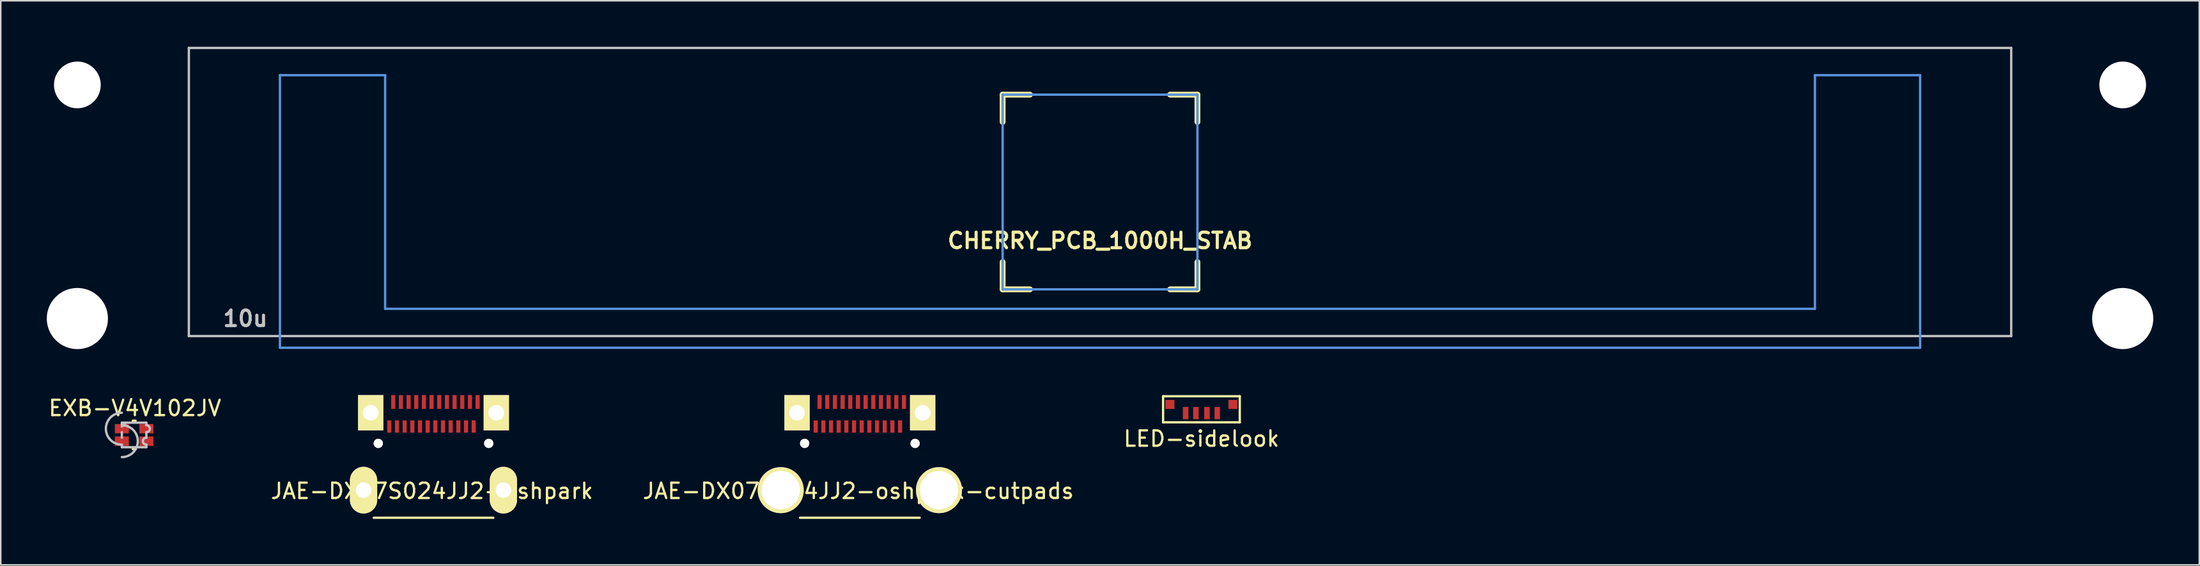
<source format=kicad_pcb>
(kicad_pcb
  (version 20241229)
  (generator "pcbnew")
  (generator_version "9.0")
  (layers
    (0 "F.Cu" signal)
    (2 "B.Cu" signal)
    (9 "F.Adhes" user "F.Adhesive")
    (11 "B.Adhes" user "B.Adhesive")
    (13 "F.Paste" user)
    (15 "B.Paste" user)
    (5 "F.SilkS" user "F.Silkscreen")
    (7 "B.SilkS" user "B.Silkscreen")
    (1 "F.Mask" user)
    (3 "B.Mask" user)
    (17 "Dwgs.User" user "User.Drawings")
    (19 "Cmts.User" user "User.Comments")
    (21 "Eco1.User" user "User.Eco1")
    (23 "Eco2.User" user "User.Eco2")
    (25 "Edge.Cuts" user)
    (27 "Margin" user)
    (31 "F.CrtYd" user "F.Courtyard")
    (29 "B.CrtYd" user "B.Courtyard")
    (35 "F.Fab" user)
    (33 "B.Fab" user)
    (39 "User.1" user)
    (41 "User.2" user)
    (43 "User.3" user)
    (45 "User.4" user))
  (footprint "JAE-DX07S024JJ2-oshpark-cutpads"
    (layer "F.Cu")
    (at 49.411 25.873)
    (property "Reference" "JAE-DX07S024JJ2-oshpark-cutpads" (at 3.5 3.106 0) (layer "F.SilkS") (effects (font (size 1 1) (thickness 0.15))))
    (attr through_hole)
    (fp_line (start -0.3 4.85) (end 7.5 4.85) (stroke (width 0.15) (type solid)) (layer "F.SilkS"))
    (pad "" np_thru_hole circle (at 0 0) (size 0.6 0.6) (drill 0.6) (layers "*.Cu" "*.Mask" "F.SilkS"))
    (pad "" np_thru_hole oval (at 7.2 0) (size 0.6 0.6) (drill 0.6) (layers "*.Cu" "*.Mask" "F.SilkS"))
    (pad "0" thru_hole circle (at -1.56 3.05) (size 3 3) (drill 2.5) (layers "*.Cu" "*.Mask" "F.SilkS"))
    (pad "0" thru_hole rect (at -0.495 -2) (size 1.65 2.3) (drill 1.016) (layers "*.Cu" "*.Mask" "F.SilkS"))
    (pad "0" thru_hole rect (at 7.695 -2) (size 1.65 2.3) (drill 1.016) (layers "*.Cu" "*.Mask" "F.SilkS"))
    (pad "0" thru_hole circle (at 8.758 3.05) (size 3 3) (drill 2.5) (layers "*.Cu" "*.Mask" "F.SilkS"))
    (pad "A1" smd rect (at 0.975 -2.7) (size 0.27 0.9) (layers "F.Cu" "F.Mask" "F.Paste"))
    (pad "A2" smd rect (at 1.475 -2.7) (size 0.27 0.9) (layers "F.Cu" "F.Mask" "F.Paste"))
    (pad "A3" smd rect (at 1.975 -2.7) (size 0.27 0.9) (layers "F.Cu" "F.Mask" "F.Paste"))
    (pad "A4" smd rect (at 2.475 -2.7) (size 0.27 0.9) (layers "F.Cu" "F.Mask" "F.Paste"))
    (pad "A5" smd rect (at 2.975 -2.7) (size 0.27 0.9) (layers "F.Cu" "F.Mask" "F.Paste"))
    (pad "A6" smd rect (at 3.475 -2.7) (size 0.27 0.9) (layers "F.Cu" "F.Mask" "F.Paste"))
    (pad "A7" smd rect (at 3.975 -2.7) (size 0.27 0.9) (layers "F.Cu" "F.Mask" "F.Paste"))
    (pad "A8" smd rect (at 4.475 -2.7) (size 0.27 0.9) (layers "F.Cu" "F.Mask" "F.Paste"))
    (pad "A9" smd rect (at 4.975 -2.7) (size 0.27 0.9) (layers "F.Cu" "F.Mask" "F.Paste"))
    (pad "A10" smd rect (at 5.475 -2.7) (size 0.27 0.9) (layers "F.Cu" "F.Mask" "F.Paste"))
    (pad "A11" smd rect (at 5.975 -2.7) (size 0.27 0.9) (layers "F.Cu" "F.Mask" "F.Paste"))
    (pad "A12" smd rect (at 6.475 -2.7) (size 0.27 0.9) (layers "F.Cu" "F.Mask" "F.Paste"))
    (pad "B1" smd rect (at 6.22 -1.1) (size 0.27 0.8) (layers "F.Cu" "F.Mask" "F.Paste"))
    (pad "B2" smd rect (at 5.72 -1.1) (size 0.27 0.8) (layers "F.Cu" "F.Mask" "F.Paste"))
    (pad "B3" smd rect (at 5.22 -1.1) (size 0.27 0.8) (layers "F.Cu" "F.Mask" "F.Paste"))
    (pad "B4" smd rect (at 4.72 -1.1) (size 0.27 0.8) (layers "F.Cu" "F.Mask" "F.Paste"))
    (pad "B5" smd rect (at 4.22 -1.1) (size 0.27 0.8) (layers "F.Cu" "F.Mask" "F.Paste"))
    (pad "B6" smd rect (at 3.72 -1.1) (size 0.27 0.8) (layers "F.Cu" "F.Mask" "F.Paste"))
    (pad "B7" smd rect (at 3.22 -1.1) (size 0.27 0.8) (layers "F.Cu" "F.Mask" "F.Paste"))
    (pad "B8" smd rect (at 2.72 -1.1) (size 0.27 0.8) (layers "F.Cu" "F.Mask" "F.Paste"))
    (pad "B9" smd rect (at 2.22 -1.1) (size 0.27 0.8) (layers "F.Cu" "F.Mask" "F.Paste"))
    (pad "B10" smd rect (at 1.72 -1.1) (size 0.27 0.8) (layers "F.Cu" "F.Mask" "F.Paste"))
    (pad "B11" smd rect (at 1.22 -1.1) (size 0.27 0.8) (layers "F.Cu" "F.Mask" "F.Paste"))
    (pad "B12" smd rect (at 0.72 -1.1) (size 0.27 0.8) (layers "F.Cu" "F.Mask" "F.Paste")))
  (footprint "LED-sidelook"
    (layer "F.Cu")
    (at 75.28 24.298)
    (property "Reference" "LED-sidelook" (at 0 1.27 0) (layer "F.SilkS") (effects (font (size 1 1) (thickness 0.15))))
    (attr through_hole)
    (fp_line (start -2.5 -1.5) (end 2.5 -1.5) (stroke (width 0.15) (type solid)) (layer "F.SilkS"))
    (fp_line (start -2.5 0.2) (end -2.5 -1.5) (stroke (width 0.15) (type solid)) (layer "F.SilkS"))
    (fp_line (start 2.5 -1.5) (end 2.5 0.2) (stroke (width 0.15) (type solid)) (layer "F.SilkS"))
    (fp_line (start 2.5 0.2) (end -2.5 0.2) (stroke (width 0.15) (type solid)) (layer "F.SilkS"))
    (pad "1" smd rect (at -1.03 -0.4) (size 0.36 0.8) (layers "F.Cu" "F.Mask" "F.Paste"))
    (pad "1" smd rect (at 0.36 -0.4) (size 0.36 0.8) (layers "F.Cu" "F.Mask" "F.Paste"))
    (pad "1" smd rect (at 2.055 -0.965) (size 0.59 0.59) (layers "F.Cu" "F.Mask" "F.Paste"))
    (pad "2" smd rect (at -0.36 -0.4) (size 0.36 0.8) (layers "F.Cu" "F.Mask" "F.Paste"))
    (pad "3" smd rect (at -2.055 -0.965) (size 0.59 0.59) (layers "F.Cu" "F.Mask" "F.Paste"))
    (pad "4" smd rect (at 1.03 -0.4) (size 0.36 0.8) (layers "F.Cu" "F.Mask" "F.Paste")))
  (footprint "JAE-DX07S024JJ2-oshpark"
    (layer "F.Cu")
    (at 21.613 25.873)
    (property "Reference" "JAE-DX07S024JJ2-oshpark" (at 3.5 3.106 0) (layer "F.SilkS") (effects (font (size 1 1) (thickness 0.15))))
    (attr through_hole)
    (fp_line (start -0.3 4.85) (end 7.5 4.85) (stroke (width 0.15) (type solid)) (layer "F.SilkS"))
    (pad "" thru_hole oval (at -0.96 3.05) (size 1.778 3.048) (drill 1.016) (layers "*.Cu" "*.Mask" "F.SilkS"))
    (pad "" thru_hole rect (at -0.495 -2) (size 1.65 2.3) (drill 1.016) (layers "*.Cu" "*.Mask" "F.SilkS"))
    (pad "" np_thru_hole circle (at 0 0) (size 0.6 0.6) (drill 0.6) (layers "*.Cu" "*.Mask" "F.SilkS"))
    (pad "" np_thru_hole oval (at 7.2 0) (size 0.6 0.6) (drill 0.6) (layers "*.Cu" "*.Mask" "F.SilkS"))
    (pad "" thru_hole rect (at 7.695 -2) (size 1.65 2.3) (drill 1.016) (layers "*.Cu" "*.Mask" "F.SilkS"))
    (pad "" thru_hole oval (at 8.158 3.05) (size 1.778 3.048) (drill 1.016) (layers "*.Cu" "*.Mask" "F.SilkS"))
    (pad "A1" smd rect (at 0.975 -2.7) (size 0.27 0.9) (layers "F.Cu" "F.Mask" "F.Paste"))
    (pad "A2" smd rect (at 1.475 -2.7) (size 0.27 0.9) (layers "F.Cu" "F.Mask" "F.Paste"))
    (pad "A3" smd rect (at 1.975 -2.7) (size 0.27 0.9) (layers "F.Cu" "F.Mask" "F.Paste"))
    (pad "A4" smd rect (at 2.475 -2.7) (size 0.27 0.9) (layers "F.Cu" "F.Mask" "F.Paste"))
    (pad "A5" smd rect (at 2.975 -2.7) (size 0.27 0.9) (layers "F.Cu" "F.Mask" "F.Paste"))
    (pad "A6" smd rect (at 3.475 -2.7) (size 0.27 0.9) (layers "F.Cu" "F.Mask" "F.Paste"))
    (pad "A7" smd rect (at 3.975 -2.7) (size 0.27 0.9) (layers "F.Cu" "F.Mask" "F.Paste"))
    (pad "A8" smd rect (at 4.475 -2.7) (size 0.27 0.9) (layers "F.Cu" "F.Mask" "F.Paste"))
    (pad "A9" smd rect (at 4.975 -2.7) (size 0.27 0.9) (layers "F.Cu" "F.Mask" "F.Paste"))
    (pad "A10" smd rect (at 5.475 -2.7) (size 0.27 0.9) (layers "F.Cu" "F.Mask" "F.Paste"))
    (pad "A11" smd rect (at 5.975 -2.7) (size 0.27 0.9) (layers "F.Cu" "F.Mask" "F.Paste"))
    (pad "A12" smd rect (at 6.475 -2.7) (size 0.27 0.9) (layers "F.Cu" "F.Mask" "F.Paste"))
    (pad "B1" smd rect (at 6.22 -1.1) (size 0.27 0.8) (layers "F.Cu" "F.Mask" "F.Paste"))
    (pad "B2" smd rect (at 5.72 -1.1) (size 0.27 0.8) (layers "F.Cu" "F.Mask" "F.Paste"))
    (pad "B3" smd rect (at 5.22 -1.1) (size 0.27 0.8) (layers "F.Cu" "F.Mask" "F.Paste"))
    (pad "B4" smd rect (at 4.72 -1.1) (size 0.27 0.8) (layers "F.Cu" "F.Mask" "F.Paste"))
    (pad "B5" smd rect (at 4.22 -1.1) (size 0.27 0.8) (layers "F.Cu" "F.Mask" "F.Paste"))
    (pad "B6" smd rect (at 3.72 -1.1) (size 0.27 0.8) (layers "F.Cu" "F.Mask" "F.Paste"))
    (pad "B7" smd rect (at 3.22 -1.1) (size 0.27 0.8) (layers "F.Cu" "F.Mask" "F.Paste"))
    (pad "B8" smd rect (at 2.72 -1.1) (size 0.27 0.8) (layers "F.Cu" "F.Mask" "F.Paste"))
    (pad "B9" smd rect (at 2.22 -1.1) (size 0.27 0.8) (layers "F.Cu" "F.Mask" "F.Paste"))
    (pad "B10" smd rect (at 1.72 -1.1) (size 0.27 0.8) (layers "F.Cu" "F.Mask" "F.Paste"))
    (pad "B11" smd rect (at 1.22 -1.1) (size 0.27 0.8) (layers "F.Cu" "F.Mask" "F.Paste"))
    (pad "B12" smd rect (at 0.72 -1.1) (size 0.27 0.8) (layers "F.Cu" "F.Mask" "F.Paste")))
  (footprint "CHERRY_PCB_1000H_STAB"
    (layer "F.Cu")
    (at 68.669 9.474)
    (property "Reference" "CHERRY_PCB_1000H_STAB" (at 0 3.175 0) (layer "F.SilkS") (effects (font (size 1.016 1.016) (thickness 0.203))))
    (attr through_hole)
    (fp_line (start -6.35 -6.35) (end -4.572 -6.35) (stroke (width 0.381) (type solid)) (layer "F.SilkS"))
    (fp_line (start -6.35 -4.572) (end -6.35 -6.35) (stroke (width 0.381) (type solid)) (layer "F.SilkS"))
    (fp_line (start -6.35 6.35) (end -6.35 4.572) (stroke (width 0.381) (type solid)) (layer "F.SilkS"))
    (fp_line (start -4.572 6.35) (end -6.35 6.35) (stroke (width 0.381) (type solid)) (layer "F.SilkS"))
    (fp_line (start 4.572 -6.35) (end 6.35 -6.35) (stroke (width 0.381) (type solid)) (layer "F.SilkS"))
    (fp_line (start 6.35 -6.35) (end 6.35 -4.572) (stroke (width 0.381) (type solid)) (layer "F.SilkS"))
    (fp_line (start 6.35 4.572) (end 6.35 6.35) (stroke (width 0.381) (type solid)) (layer "F.SilkS"))
    (fp_line (start 6.35 6.35) (end 4.572 6.35) (stroke (width 0.381) (type solid)) (layer "F.SilkS"))
    (fp_line (start -59.406 -9.398) (end 59.406 -9.398) (stroke (width 0.152) (type solid)) (layer "Dwgs.User"))
    (fp_line (start -59.406 9.398) (end -59.406 -9.398) (stroke (width 0.152) (type solid)) (layer "Dwgs.User"))
    (fp_line (start 59.406 -9.398) (end 59.406 9.398) (stroke (width 0.152) (type solid)) (layer "Dwgs.User"))
    (fp_line (start 59.406 9.398) (end -59.406 9.398) (stroke (width 0.152) (type solid)) (layer "Dwgs.User"))
    (fp_line (start -53.467 -7.62) (end -53.467 10.16) (stroke (width 0.152) (type solid)) (layer "Cmts.User"))
    (fp_line (start -53.467 10.16) (end 53.467 10.16) (stroke (width 0.152) (type solid)) (layer "Cmts.User"))
    (fp_line (start -46.609 -7.62) (end -53.467 -7.62) (stroke (width 0.152) (type solid)) (layer "Cmts.User"))
    (fp_line (start -46.609 7.62) (end -46.609 -7.62) (stroke (width 0.152) (type solid)) (layer "Cmts.User"))
    (fp_line (start -6.35 -6.35) (end 6.35 -6.35) (stroke (width 0.152) (type solid)) (layer "Cmts.User"))
    (fp_line (start -6.35 6.35) (end -6.35 -6.35) (stroke (width 0.152) (type solid)) (layer "Cmts.User"))
    (fp_line (start 6.35 -6.35) (end 6.35 6.35) (stroke (width 0.152) (type solid)) (layer "Cmts.User"))
    (fp_line (start 6.35 6.35) (end -6.35 6.35) (stroke (width 0.152) (type solid)) (layer "Cmts.User"))
    (fp_line (start 46.609 -7.62) (end 46.609 7.62) (stroke (width 0.152) (type solid)) (layer "Cmts.User"))
    (fp_line (start 46.609 7.62) (end -46.609 7.62) (stroke (width 0.152) (type solid)) (layer "Cmts.User"))
    (fp_line (start 53.467 -7.62) (end 46.609 -7.62) (stroke (width 0.152) (type solid)) (layer "Cmts.User"))
    (fp_line (start 53.467 10.16) (end 53.467 -7.62) (stroke (width 0.152) (type solid)) (layer "Cmts.User"))
    (fp_line (start -54.229 -2.286) (end -53.365 -2.286) (stroke (width 0.152) (type solid)) (layer "Eco2.User"))
    (fp_line (start -54.229 0.508) (end -54.229 -2.286) (stroke (width 0.152) (type solid)) (layer "Eco2.User"))
    (fp_line (start -53.365 -5.69) (end -46.711 -5.69) (stroke (width 0.152) (type solid)) (layer "Eco2.User"))
    (fp_line (start -53.365 -2.286) (end -53.365 -5.69) (stroke (width 0.152) (type solid)) (layer "Eco2.User"))
    (fp_line (start -53.365 0.508) (end -54.229 0.508) (stroke (width 0.152) (type solid)) (layer "Eco2.User"))
    (fp_line (start -53.365 6.604) (end -53.365 0.508) (stroke (width 0.152) (type solid)) (layer "Eco2.User"))
    (fp_line (start -52.324 6.604) (end -53.365 6.604) (stroke (width 0.152) (type solid)) (layer "Eco2.User"))
    (fp_line (start -52.324 7.772) (end -52.324 6.604) (stroke (width 0.152) (type solid)) (layer "Eco2.User"))
    (fp_line (start -47.752 6.604) (end -47.752 7.772) (stroke (width 0.152) (type solid)) (layer "Eco2.User"))
    (fp_line (start -47.752 7.772) (end -52.324 7.772) (stroke (width 0.152) (type solid)) (layer "Eco2.User"))
    (fp_line (start -46.711 -5.69) (end -46.711 -2.286) (stroke (width 0.152) (type solid)) (layer "Eco2.User"))
    (fp_line (start -46.711 -2.286) (end -6.985 -2.286) (stroke (width 0.152) (type solid)) (layer "Eco2.User"))
    (fp_line (start -46.711 2.286) (end -46.711 6.604) (stroke (width 0.152) (type solid)) (layer "Eco2.User"))
    (fp_line (start -46.711 6.604) (end -47.752 6.604) (stroke (width 0.152) (type solid)) (layer "Eco2.User"))
    (fp_line (start -6.985 -6.985) (end 6.985 -6.985) (stroke (width 0.152) (type solid)) (layer "Eco2.User"))
    (fp_line (start -6.985 -2.286) (end -6.985 -6.985) (stroke (width 0.152) (type solid)) (layer "Eco2.User"))
    (fp_line (start -6.985 2.286) (end -46.711 2.286) (stroke (width 0.152) (type solid)) (layer "Eco2.User"))
    (fp_line (start -6.985 6.985) (end -6.985 2.286) (stroke (width 0.152) (type solid)) (layer "Eco2.User"))
    (fp_line (start 6.985 -6.985) (end 6.985 -2.286) (stroke (width 0.152) (type solid)) (layer "Eco2.User"))
    (fp_line (start 6.985 -2.286) (end 46.711 -2.286) (stroke (width 0.152) (type solid)) (layer "Eco2.User"))
    (fp_line (start 6.985 2.286) (end 6.985 6.985) (stroke (width 0.152) (type solid)) (layer "Eco2.User"))
    (fp_line (start 6.985 6.985) (end -6.985 6.985) (stroke (width 0.152) (type solid)) (layer "Eco2.User"))
    (fp_line (start 46.711 -5.69) (end 53.365 -5.69) (stroke (width 0.152) (type solid)) (layer "Eco2.User"))
    (fp_line (start 46.711 -2.286) (end 46.711 -5.69) (stroke (width 0.152) (type solid)) (layer "Eco2.User"))
    (fp_line (start 46.711 2.286) (end 6.985 2.286) (stroke (width 0.152) (type solid)) (layer "Eco2.User"))
    (fp_line (start 46.711 6.604) (end 46.711 2.286) (stroke (width 0.152) (type solid)) (layer "Eco2.User"))
    (fp_line (start 47.752 6.604) (end 46.711 6.604) (stroke (width 0.152) (type solid)) (layer "Eco2.User"))
    (fp_line (start 47.752 7.772) (end 47.752 6.604) (stroke (width 0.152) (type solid)) (layer "Eco2.User"))
    (fp_line (start 52.324 6.604) (end 52.324 7.772) (stroke (width 0.152) (type solid)) (layer "Eco2.User"))
    (fp_line (start 52.324 7.772) (end 47.752 7.772) (stroke (width 0.152) (type solid)) (layer "Eco2.User"))
    (fp_line (start 53.365 -5.69) (end 53.365 -2.286) (stroke (width 0.152) (type solid)) (layer "Eco2.User"))
    (fp_line (start 53.365 -2.286) (end 54.229 -2.286) (stroke (width 0.152) (type solid)) (layer "Eco2.User"))
    (fp_line (start 53.365 0.508) (end 53.365 6.604) (stroke (width 0.152) (type solid)) (layer "Eco2.User"))
    (fp_line (start 53.365 6.604) (end 52.324 6.604) (stroke (width 0.152) (type solid)) (layer "Eco2.User"))
    (fp_line (start 54.229 -2.286) (end 54.229 0.508) (stroke (width 0.152) (type solid)) (layer "Eco2.User"))
    (fp_line (start 54.229 0.508) (end 53.365 0.508) (stroke (width 0.152) (type solid)) (layer "Eco2.User"))
    (fp_text user "10u" (at -55.723 8.255 0) (layer "Dwgs.User") (effects (font (size 1.016 1.016) (thickness 0.203))))
    (pad "" np_thru_hole circle (at -66.675 -6.985) (size 3.048 3.048) (drill 3.048) (layers "*.Cu"))
    (pad "" np_thru_hole circle (at -66.675 8.255) (size 3.988 3.988) (drill 3.988) (layers "*.Cu"))
    (pad "" np_thru_hole circle (at 66.675 -6.985) (size 3.048 3.048) (drill 3.048) (layers "*.Cu"))
    (pad "" np_thru_hole circle (at 66.675 8.255) (size 3.988 3.988) (drill 3.988) (layers "*.Cu")))
  (footprint "EXB-V4V102JV"
    (layer "F.Cu")
    (at 5.694 25.321)
    (property "Reference" "EXB-V4V102JV" (at 0.05 -1.75 0) (layer "F.SilkS") (effects (font (size 1 1) (thickness 0.15))))
    (attr through_hole)
    (fp_line (start -0.09 -0.927) (end 0.09 -0.927) (stroke (width 0.152) (type solid)) (layer "F.SilkS"))
    (fp_line (start -0.09 0.927) (end 0.09 0.927) (stroke (width 0.152) (type solid)) (layer "F.SilkS"))
    (fp_line (start -0.8 -0.8) (end 0.8 -0.8) (stroke (width 0.152) (type solid)) (layer "Dwgs.User"))
    (fp_line (start -0.8 -0.635) (end -0.8 -0.8) (stroke (width 0.152) (type solid)) (layer "Dwgs.User"))
    (fp_line (start -0.8 -0.178) (end -0.8 0.178) (stroke (width 0.152) (type solid)) (layer "Dwgs.User"))
    (fp_line (start -0.8 0.635) (end -0.8 0.8) (stroke (width 0.152) (type solid)) (layer "Dwgs.User"))
    (fp_line (start -0.8 0.8) (end 0.8 0.8) (stroke (width 0.152) (type solid)) (layer "Dwgs.User"))
    (fp_line (start -0.546 -0.8) (end -0.8 -0.546) (stroke (width 0.152) (type solid)) (layer "Dwgs.User"))
    (fp_line (start 0.8 -0.635) (end 0.8 -0.8) (stroke (width 0.152) (type solid)) (layer "Dwgs.User"))
    (fp_line (start 0.8 -0.178) (end 0.8 0.178) (stroke (width 0.152) (type solid)) (layer "Dwgs.User"))
    (fp_line (start 0.8 0.635) (end 0.8 0.8) (stroke (width 0.152) (type solid)) (layer "Dwgs.User"))
    (fp_arc (start -0.8001 -0.635) (mid 0.2413 0.4064) (end -0.8001 1.4478) (stroke (width 0.1524) (type solid)) (layer "Dwgs.User"))
    (fp_arc (start -0.8001 0.635) (mid -1.8415 -0.4064) (end -0.8001 -1.4478) (stroke (width 0.1524) (type solid)) (layer "Dwgs.User"))
    (fp_arc (start 0.8001 -0.635) (mid 1.0287 -0.4064) (end 0.8001 -0.1778) (stroke (width 0.1524) (type solid)) (layer "Dwgs.User"))
    (fp_arc (start 0.8001 0.635) (mid 0.5715 0.4064) (end 0.8001 0.1778) (stroke (width 0.1524) (type solid)) (layer "Dwgs.User"))
    (fp_text user "Copyright 2016 Accelerated Designs. All rights reserved." (at 0 0 0) (layer "Cmts.User") (effects (font (size 0.127 0.127) (thickness 0.002))))
    (pad "" smd rect (at -0.8 -0.406) (size 0.914 0.61) (layers "F.Mask"))
    (pad "" smd rect (at -0.8 -0.406) (size 0.914 0.61) (layers "F.Paste"))
    (pad "" smd rect (at -0.8 0.406) (size 0.914 0.61) (layers "F.Mask"))
    (pad "" smd rect (at -0.8 0.406) (size 0.914 0.61) (layers "F.Paste"))
    (pad "" smd rect (at 0.8 -0.406) (size 0.914 0.61) (layers "F.Mask"))
    (pad "" smd rect (at 0.8 -0.406) (size 0.914 0.61) (layers "F.Paste"))
    (pad "" smd rect (at 0.8 0.406) (size 0.914 0.61) (layers "F.Mask"))
    (pad "" smd rect (at 0.8 0.406) (size 0.914 0.61) (layers "F.Paste"))
    (pad "1" smd rect (at -0.8 -0.406) (size 0.914 0.61) (layers "F.Cu"))
    (pad "2" smd rect (at -0.8 0.406) (size 0.914 0.61) (layers "F.Cu"))
    (pad "3" smd rect (at 0.8 0.406) (size 0.914 0.61) (layers "F.Cu"))
    (pad "4" smd rect (at 0.8 -0.406) (size 0.914 0.61) (layers "F.Cu")))
  (gr_rect
    (start -3 -3)
    (end 140.338 33.798)
    (stroke (width 0.1) (type default))
    (fill no)
    (layer "Edge.Cuts")))
</source>
